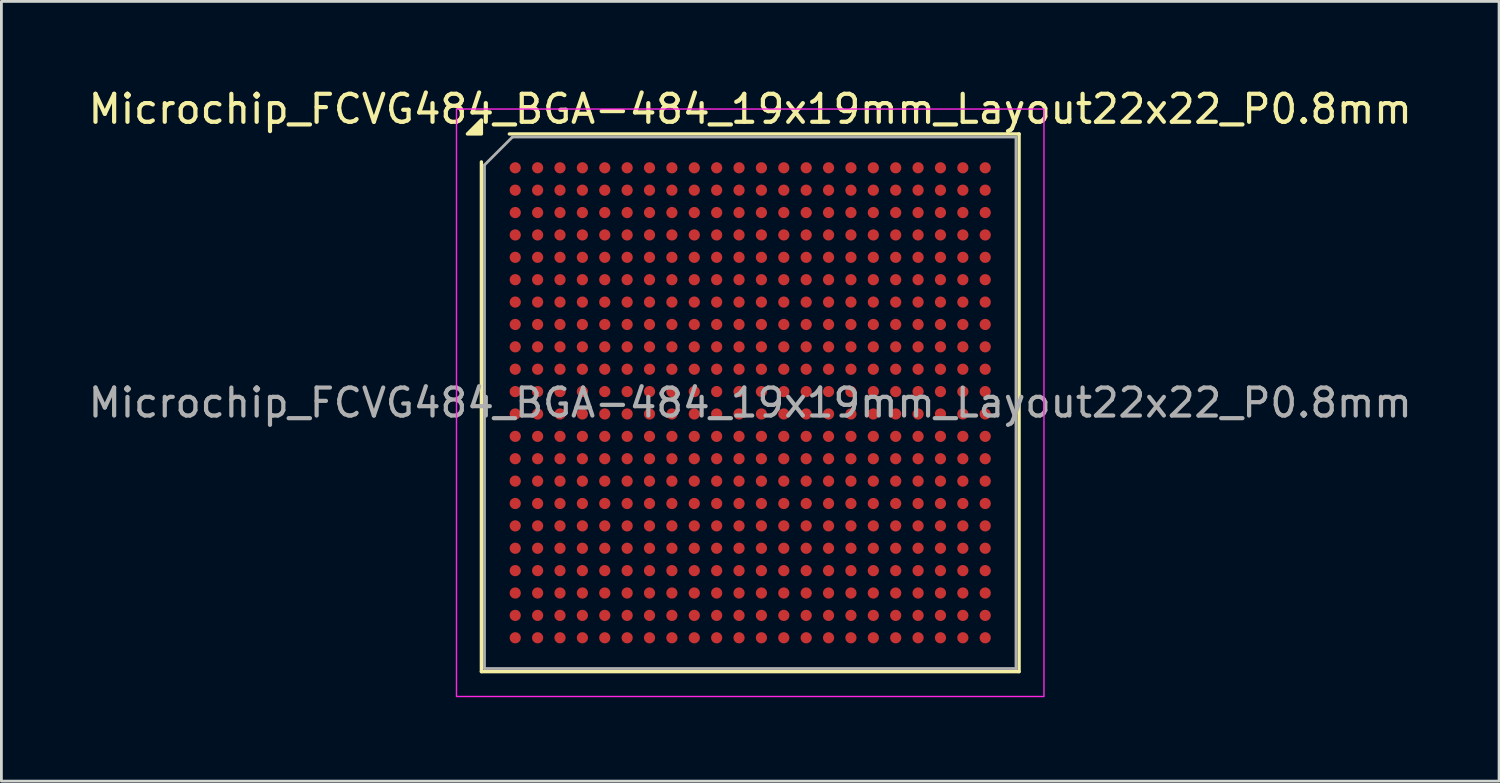
<source format=kicad_pcb>
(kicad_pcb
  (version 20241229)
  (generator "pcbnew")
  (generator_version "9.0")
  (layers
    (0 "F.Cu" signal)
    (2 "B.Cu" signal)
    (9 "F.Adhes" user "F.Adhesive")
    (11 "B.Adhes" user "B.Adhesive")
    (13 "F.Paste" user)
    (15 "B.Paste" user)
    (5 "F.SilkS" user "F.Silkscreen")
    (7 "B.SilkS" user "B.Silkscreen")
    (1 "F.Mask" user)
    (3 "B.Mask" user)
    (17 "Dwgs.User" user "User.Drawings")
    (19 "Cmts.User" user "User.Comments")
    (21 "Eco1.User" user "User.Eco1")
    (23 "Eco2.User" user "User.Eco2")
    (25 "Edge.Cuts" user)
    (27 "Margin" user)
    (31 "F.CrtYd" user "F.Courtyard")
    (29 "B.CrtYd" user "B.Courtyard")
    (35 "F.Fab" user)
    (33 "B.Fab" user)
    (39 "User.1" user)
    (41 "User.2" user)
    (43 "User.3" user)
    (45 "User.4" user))
  (footprint "Microchip_FCVG484_BGA-484_19x19mm_Layout22x22_P0.8mm"
    (layer "F.Cu")
    (at 23.768 11.348)
    (property "Reference" "Microchip_FCVG484_BGA-484_19x19mm_Layout22x22_P0.8mm" (at 0 -10.5 0) (layer "F.SilkS") (effects (font (size 1 1) (thickness 0.15))))
    (attr smd)
    (fp_line (start -9.61 9.61) (end -9.61 -8.61) (stroke (width 0.12) (type solid)) (layer "F.SilkS"))
    (fp_line (start -8.61 -9.61) (end 9.61 -9.61) (stroke (width 0.12) (type solid)) (layer "F.SilkS"))
    (fp_line (start 9.61 -9.61) (end 9.61 9.61) (stroke (width 0.12) (type solid)) (layer "F.SilkS"))
    (fp_line (start 9.61 9.61) (end -9.61 9.61) (stroke (width 0.12) (type solid)) (layer "F.SilkS"))
    (fp_poly (pts (xy -9.61 -9.61) (xy -10.11 -9.61) (xy -9.61 -10.11)) (stroke (width 0.12) (type solid)) (fill yes) (layer "F.SilkS"))
    (fp_rect (start -10.5 -10.5) (end 10.5 10.5) (stroke (width 0.05) (type solid)) (fill no) (layer "F.CrtYd"))
    (fp_line (start -9.5 -8.5) (end -8.5 -9.5) (stroke (width 0.1) (type solid)) (layer "F.Fab"))
    (fp_line (start -9.5 9.5) (end -9.5 -8.5) (stroke (width 0.1) (type solid)) (layer "F.Fab"))
    (fp_line (start -8.5 -9.5) (end 9.5 -9.5) (stroke (width 0.1) (type solid)) (layer "F.Fab"))
    (fp_line (start 9.5 -9.5) (end 9.5 9.5) (stroke (width 0.1) (type solid)) (layer "F.Fab"))
    (fp_line (start 9.5 9.5) (end -9.5 9.5) (stroke (width 0.1) (type solid)) (layer "F.Fab"))
    (fp_text user "${REFERENCE}" (at 0 0 0) (layer "F.Fab") (effects (font (size 1 1) (thickness 0.15))))
    (pad "A1" smd circle (at -8.4 -8.4) (size 0.4 0.4) (property pad_prop_bga) (layers "F.Cu" "F.Mask" "F.Paste"))
    (pad "A2" smd circle (at -7.6 -8.4) (size 0.4 0.4) (property pad_prop_bga) (layers "F.Cu" "F.Mask" "F.Paste"))
    (pad "A3" smd circle (at -6.8 -8.4) (size 0.4 0.4) (property pad_prop_bga) (layers "F.Cu" "F.Mask" "F.Paste"))
    (pad "A4" smd circle (at -6 -8.4) (size 0.4 0.4) (property pad_prop_bga) (layers "F.Cu" "F.Mask" "F.Paste"))
    (pad "A5" smd circle (at -5.2 -8.4) (size 0.4 0.4) (property pad_prop_bga) (layers "F.Cu" "F.Mask" "F.Paste"))
    (pad "A6" smd circle (at -4.4 -8.4) (size 0.4 0.4) (property pad_prop_bga) (layers "F.Cu" "F.Mask" "F.Paste"))
    (pad "A7" smd circle (at -3.6 -8.4) (size 0.4 0.4) (property pad_prop_bga) (layers "F.Cu" "F.Mask" "F.Paste"))
    (pad "A8" smd circle (at -2.8 -8.4) (size 0.4 0.4) (property pad_prop_bga) (layers "F.Cu" "F.Mask" "F.Paste"))
    (pad "A9" smd circle (at -2 -8.4) (size 0.4 0.4) (property pad_prop_bga) (layers "F.Cu" "F.Mask" "F.Paste"))
    (pad "A10" smd circle (at -1.2 -8.4) (size 0.4 0.4) (property pad_prop_bga) (layers "F.Cu" "F.Mask" "F.Paste"))
    (pad "A11" smd circle (at -0.4 -8.4) (size 0.4 0.4) (property pad_prop_bga) (layers "F.Cu" "F.Mask" "F.Paste"))
    (pad "A12" smd circle (at 0.4 -8.4) (size 0.4 0.4) (property pad_prop_bga) (layers "F.Cu" "F.Mask" "F.Paste"))
    (pad "A13" smd circle (at 1.2 -8.4) (size 0.4 0.4) (property pad_prop_bga) (layers "F.Cu" "F.Mask" "F.Paste"))
    (pad "A14" smd circle (at 2 -8.4) (size 0.4 0.4) (property pad_prop_bga) (layers "F.Cu" "F.Mask" "F.Paste"))
    (pad "A15" smd circle (at 2.8 -8.4) (size 0.4 0.4) (property pad_prop_bga) (layers "F.Cu" "F.Mask" "F.Paste"))
    (pad "A16" smd circle (at 3.6 -8.4) (size 0.4 0.4) (property pad_prop_bga) (layers "F.Cu" "F.Mask" "F.Paste"))
    (pad "A17" smd circle (at 4.4 -8.4) (size 0.4 0.4) (property pad_prop_bga) (layers "F.Cu" "F.Mask" "F.Paste"))
    (pad "A18" smd circle (at 5.2 -8.4) (size 0.4 0.4) (property pad_prop_bga) (layers "F.Cu" "F.Mask" "F.Paste"))
    (pad "A19" smd circle (at 6 -8.4) (size 0.4 0.4) (property pad_prop_bga) (layers "F.Cu" "F.Mask" "F.Paste"))
    (pad "A20" smd circle (at 6.8 -8.4) (size 0.4 0.4) (property pad_prop_bga) (layers "F.Cu" "F.Mask" "F.Paste"))
    (pad "A21" smd circle (at 7.6 -8.4) (size 0.4 0.4) (property pad_prop_bga) (layers "F.Cu" "F.Mask" "F.Paste"))
    (pad "A22" smd circle (at 8.4 -8.4) (size 0.4 0.4) (property pad_prop_bga) (layers "F.Cu" "F.Mask" "F.Paste"))
    (pad "AA1" smd circle (at -8.4 7.6) (size 0.4 0.4) (property pad_prop_bga) (layers "F.Cu" "F.Mask" "F.Paste"))
    (pad "AA2" smd circle (at -7.6 7.6) (size 0.4 0.4) (property pad_prop_bga) (layers "F.Cu" "F.Mask" "F.Paste"))
    (pad "AA3" smd circle (at -6.8 7.6) (size 0.4 0.4) (property pad_prop_bga) (layers "F.Cu" "F.Mask" "F.Paste"))
    (pad "AA4" smd circle (at -6 7.6) (size 0.4 0.4) (property pad_prop_bga) (layers "F.Cu" "F.Mask" "F.Paste"))
    (pad "AA5" smd circle (at -5.2 7.6) (size 0.4 0.4) (property pad_prop_bga) (layers "F.Cu" "F.Mask" "F.Paste"))
    (pad "AA6" smd circle (at -4.4 7.6) (size 0.4 0.4) (property pad_prop_bga) (layers "F.Cu" "F.Mask" "F.Paste"))
    (pad "AA7" smd circle (at -3.6 7.6) (size 0.4 0.4) (property pad_prop_bga) (layers "F.Cu" "F.Mask" "F.Paste"))
    (pad "AA8" smd circle (at -2.8 7.6) (size 0.4 0.4) (property pad_prop_bga) (layers "F.Cu" "F.Mask" "F.Paste"))
    (pad "AA9" smd circle (at -2 7.6) (size 0.4 0.4) (property pad_prop_bga) (layers "F.Cu" "F.Mask" "F.Paste"))
    (pad "AA10" smd circle (at -1.2 7.6) (size 0.4 0.4) (property pad_prop_bga) (layers "F.Cu" "F.Mask" "F.Paste"))
    (pad "AA11" smd circle (at -0.4 7.6) (size 0.4 0.4) (property pad_prop_bga) (layers "F.Cu" "F.Mask" "F.Paste"))
    (pad "AA12" smd circle (at 0.4 7.6) (size 0.4 0.4) (property pad_prop_bga) (layers "F.Cu" "F.Mask" "F.Paste"))
    (pad "AA13" smd circle (at 1.2 7.6) (size 0.4 0.4) (property pad_prop_bga) (layers "F.Cu" "F.Mask" "F.Paste"))
    (pad "AA14" smd circle (at 2 7.6) (size 0.4 0.4) (property pad_prop_bga) (layers "F.Cu" "F.Mask" "F.Paste"))
    (pad "AA15" smd circle (at 2.8 7.6) (size 0.4 0.4) (property pad_prop_bga) (layers "F.Cu" "F.Mask" "F.Paste"))
    (pad "AA16" smd circle (at 3.6 7.6) (size 0.4 0.4) (property pad_prop_bga) (layers "F.Cu" "F.Mask" "F.Paste"))
    (pad "AA17" smd circle (at 4.4 7.6) (size 0.4 0.4) (property pad_prop_bga) (layers "F.Cu" "F.Mask" "F.Paste"))
    (pad "AA18" smd circle (at 5.2 7.6) (size 0.4 0.4) (property pad_prop_bga) (layers "F.Cu" "F.Mask" "F.Paste"))
    (pad "AA19" smd circle (at 6 7.6) (size 0.4 0.4) (property pad_prop_bga) (layers "F.Cu" "F.Mask" "F.Paste"))
    (pad "AA20" smd circle (at 6.8 7.6) (size 0.4 0.4) (property pad_prop_bga) (layers "F.Cu" "F.Mask" "F.Paste"))
    (pad "AA21" smd circle (at 7.6 7.6) (size 0.4 0.4) (property pad_prop_bga) (layers "F.Cu" "F.Mask" "F.Paste"))
    (pad "AA22" smd circle (at 8.4 7.6) (size 0.4 0.4) (property pad_prop_bga) (layers "F.Cu" "F.Mask" "F.Paste"))
    (pad "AB1" smd circle (at -8.4 8.4) (size 0.4 0.4) (property pad_prop_bga) (layers "F.Cu" "F.Mask" "F.Paste"))
    (pad "AB2" smd circle (at -7.6 8.4) (size 0.4 0.4) (property pad_prop_bga) (layers "F.Cu" "F.Mask" "F.Paste"))
    (pad "AB3" smd circle (at -6.8 8.4) (size 0.4 0.4) (property pad_prop_bga) (layers "F.Cu" "F.Mask" "F.Paste"))
    (pad "AB4" smd circle (at -6 8.4) (size 0.4 0.4) (property pad_prop_bga) (layers "F.Cu" "F.Mask" "F.Paste"))
    (pad "AB5" smd circle (at -5.2 8.4) (size 0.4 0.4) (property pad_prop_bga) (layers "F.Cu" "F.Mask" "F.Paste"))
    (pad "AB6" smd circle (at -4.4 8.4) (size 0.4 0.4) (property pad_prop_bga) (layers "F.Cu" "F.Mask" "F.Paste"))
    (pad "AB7" smd circle (at -3.6 8.4) (size 0.4 0.4) (property pad_prop_bga) (layers "F.Cu" "F.Mask" "F.Paste"))
    (pad "AB8" smd circle (at -2.8 8.4) (size 0.4 0.4) (property pad_prop_bga) (layers "F.Cu" "F.Mask" "F.Paste"))
    (pad "AB9" smd circle (at -2 8.4) (size 0.4 0.4) (property pad_prop_bga) (layers "F.Cu" "F.Mask" "F.Paste"))
    (pad "AB10" smd circle (at -1.2 8.4) (size 0.4 0.4) (property pad_prop_bga) (layers "F.Cu" "F.Mask" "F.Paste"))
    (pad "AB11" smd circle (at -0.4 8.4) (size 0.4 0.4) (property pad_prop_bga) (layers "F.Cu" "F.Mask" "F.Paste"))
    (pad "AB12" smd circle (at 0.4 8.4) (size 0.4 0.4) (property pad_prop_bga) (layers "F.Cu" "F.Mask" "F.Paste"))
    (pad "AB13" smd circle (at 1.2 8.4) (size 0.4 0.4) (property pad_prop_bga) (layers "F.Cu" "F.Mask" "F.Paste"))
    (pad "AB14" smd circle (at 2 8.4) (size 0.4 0.4) (property pad_prop_bga) (layers "F.Cu" "F.Mask" "F.Paste"))
    (pad "AB15" smd circle (at 2.8 8.4) (size 0.4 0.4) (property pad_prop_bga) (layers "F.Cu" "F.Mask" "F.Paste"))
    (pad "AB16" smd circle (at 3.6 8.4) (size 0.4 0.4) (property pad_prop_bga) (layers "F.Cu" "F.Mask" "F.Paste"))
    (pad "AB17" smd circle (at 4.4 8.4) (size 0.4 0.4) (property pad_prop_bga) (layers "F.Cu" "F.Mask" "F.Paste"))
    (pad "AB18" smd circle (at 5.2 8.4) (size 0.4 0.4) (property pad_prop_bga) (layers "F.Cu" "F.Mask" "F.Paste"))
    (pad "AB19" smd circle (at 6 8.4) (size 0.4 0.4) (property pad_prop_bga) (layers "F.Cu" "F.Mask" "F.Paste"))
    (pad "AB20" smd circle (at 6.8 8.4) (size 0.4 0.4) (property pad_prop_bga) (layers "F.Cu" "F.Mask" "F.Paste"))
    (pad "AB21" smd circle (at 7.6 8.4) (size 0.4 0.4) (property pad_prop_bga) (layers "F.Cu" "F.Mask" "F.Paste"))
    (pad "AB22" smd circle (at 8.4 8.4) (size 0.4 0.4) (property pad_prop_bga) (layers "F.Cu" "F.Mask" "F.Paste"))
    (pad "B1" smd circle (at -8.4 -7.6) (size 0.4 0.4) (property pad_prop_bga) (layers "F.Cu" "F.Mask" "F.Paste"))
    (pad "B2" smd circle (at -7.6 -7.6) (size 0.4 0.4) (property pad_prop_bga) (layers "F.Cu" "F.Mask" "F.Paste"))
    (pad "B3" smd circle (at -6.8 -7.6) (size 0.4 0.4) (property pad_prop_bga) (layers "F.Cu" "F.Mask" "F.Paste"))
    (pad "B4" smd circle (at -6 -7.6) (size 0.4 0.4) (property pad_prop_bga) (layers "F.Cu" "F.Mask" "F.Paste"))
    (pad "B5" smd circle (at -5.2 -7.6) (size 0.4 0.4) (property pad_prop_bga) (layers "F.Cu" "F.Mask" "F.Paste"))
    (pad "B6" smd circle (at -4.4 -7.6) (size 0.4 0.4) (property pad_prop_bga) (layers "F.Cu" "F.Mask" "F.Paste"))
    (pad "B7" smd circle (at -3.6 -7.6) (size 0.4 0.4) (property pad_prop_bga) (layers "F.Cu" "F.Mask" "F.Paste"))
    (pad "B8" smd circle (at -2.8 -7.6) (size 0.4 0.4) (property pad_prop_bga) (layers "F.Cu" "F.Mask" "F.Paste"))
    (pad "B9" smd circle (at -2 -7.6) (size 0.4 0.4) (property pad_prop_bga) (layers "F.Cu" "F.Mask" "F.Paste"))
    (pad "B10" smd circle (at -1.2 -7.6) (size 0.4 0.4) (property pad_prop_bga) (layers "F.Cu" "F.Mask" "F.Paste"))
    (pad "B11" smd circle (at -0.4 -7.6) (size 0.4 0.4) (property pad_prop_bga) (layers "F.Cu" "F.Mask" "F.Paste"))
    (pad "B12" smd circle (at 0.4 -7.6) (size 0.4 0.4) (property pad_prop_bga) (layers "F.Cu" "F.Mask" "F.Paste"))
    (pad "B13" smd circle (at 1.2 -7.6) (size 0.4 0.4) (property pad_prop_bga) (layers "F.Cu" "F.Mask" "F.Paste"))
    (pad "B14" smd circle (at 2 -7.6) (size 0.4 0.4) (property pad_prop_bga) (layers "F.Cu" "F.Mask" "F.Paste"))
    (pad "B15" smd circle (at 2.8 -7.6) (size 0.4 0.4) (property pad_prop_bga) (layers "F.Cu" "F.Mask" "F.Paste"))
    (pad "B16" smd circle (at 3.6 -7.6) (size 0.4 0.4) (property pad_prop_bga) (layers "F.Cu" "F.Mask" "F.Paste"))
    (pad "B17" smd circle (at 4.4 -7.6) (size 0.4 0.4) (property pad_prop_bga) (layers "F.Cu" "F.Mask" "F.Paste"))
    (pad "B18" smd circle (at 5.2 -7.6) (size 0.4 0.4) (property pad_prop_bga) (layers "F.Cu" "F.Mask" "F.Paste"))
    (pad "B19" smd circle (at 6 -7.6) (size 0.4 0.4) (property pad_prop_bga) (layers "F.Cu" "F.Mask" "F.Paste"))
    (pad "B20" smd circle (at 6.8 -7.6) (size 0.4 0.4) (property pad_prop_bga) (layers "F.Cu" "F.Mask" "F.Paste"))
    (pad "B21" smd circle (at 7.6 -7.6) (size 0.4 0.4) (property pad_prop_bga) (layers "F.Cu" "F.Mask" "F.Paste"))
    (pad "B22" smd circle (at 8.4 -7.6) (size 0.4 0.4) (property pad_prop_bga) (layers "F.Cu" "F.Mask" "F.Paste"))
    (pad "C1" smd circle (at -8.4 -6.8) (size 0.4 0.4) (property pad_prop_bga) (layers "F.Cu" "F.Mask" "F.Paste"))
    (pad "C2" smd circle (at -7.6 -6.8) (size 0.4 0.4) (property pad_prop_bga) (layers "F.Cu" "F.Mask" "F.Paste"))
    (pad "C3" smd circle (at -6.8 -6.8) (size 0.4 0.4) (property pad_prop_bga) (layers "F.Cu" "F.Mask" "F.Paste"))
    (pad "C4" smd circle (at -6 -6.8) (size 0.4 0.4) (property pad_prop_bga) (layers "F.Cu" "F.Mask" "F.Paste"))
    (pad "C5" smd circle (at -5.2 -6.8) (size 0.4 0.4) (property pad_prop_bga) (layers "F.Cu" "F.Mask" "F.Paste"))
    (pad "C6" smd circle (at -4.4 -6.8) (size 0.4 0.4) (property pad_prop_bga) (layers "F.Cu" "F.Mask" "F.Paste"))
    (pad "C7" smd circle (at -3.6 -6.8) (size 0.4 0.4) (property pad_prop_bga) (layers "F.Cu" "F.Mask" "F.Paste"))
    (pad "C8" smd circle (at -2.8 -6.8) (size 0.4 0.4) (property pad_prop_bga) (layers "F.Cu" "F.Mask" "F.Paste"))
    (pad "C9" smd circle (at -2 -6.8) (size 0.4 0.4) (property pad_prop_bga) (layers "F.Cu" "F.Mask" "F.Paste"))
    (pad "C10" smd circle (at -1.2 -6.8) (size 0.4 0.4) (property pad_prop_bga) (layers "F.Cu" "F.Mask" "F.Paste"))
    (pad "C11" smd circle (at -0.4 -6.8) (size 0.4 0.4) (property pad_prop_bga) (layers "F.Cu" "F.Mask" "F.Paste"))
    (pad "C12" smd circle (at 0.4 -6.8) (size 0.4 0.4) (property pad_prop_bga) (layers "F.Cu" "F.Mask" "F.Paste"))
    (pad "C13" smd circle (at 1.2 -6.8) (size 0.4 0.4) (property pad_prop_bga) (layers "F.Cu" "F.Mask" "F.Paste"))
    (pad "C14" smd circle (at 2 -6.8) (size 0.4 0.4) (property pad_prop_bga) (layers "F.Cu" "F.Mask" "F.Paste"))
    (pad "C15" smd circle (at 2.8 -6.8) (size 0.4 0.4) (property pad_prop_bga) (layers "F.Cu" "F.Mask" "F.Paste"))
    (pad "C16" smd circle (at 3.6 -6.8) (size 0.4 0.4) (property pad_prop_bga) (layers "F.Cu" "F.Mask" "F.Paste"))
    (pad "C17" smd circle (at 4.4 -6.8) (size 0.4 0.4) (property pad_prop_bga) (layers "F.Cu" "F.Mask" "F.Paste"))
    (pad "C18" smd circle (at 5.2 -6.8) (size 0.4 0.4) (property pad_prop_bga) (layers "F.Cu" "F.Mask" "F.Paste"))
    (pad "C19" smd circle (at 6 -6.8) (size 0.4 0.4) (property pad_prop_bga) (layers "F.Cu" "F.Mask" "F.Paste"))
    (pad "C20" smd circle (at 6.8 -6.8) (size 0.4 0.4) (property pad_prop_bga) (layers "F.Cu" "F.Mask" "F.Paste"))
    (pad "C21" smd circle (at 7.6 -6.8) (size 0.4 0.4) (property pad_prop_bga) (layers "F.Cu" "F.Mask" "F.Paste"))
    (pad "C22" smd circle (at 8.4 -6.8) (size 0.4 0.4) (property pad_prop_bga) (layers "F.Cu" "F.Mask" "F.Paste"))
    (pad "D1" smd circle (at -8.4 -6) (size 0.4 0.4) (property pad_prop_bga) (layers "F.Cu" "F.Mask" "F.Paste"))
    (pad "D2" smd circle (at -7.6 -6) (size 0.4 0.4) (property pad_prop_bga) (layers "F.Cu" "F.Mask" "F.Paste"))
    (pad "D3" smd circle (at -6.8 -6) (size 0.4 0.4) (property pad_prop_bga) (layers "F.Cu" "F.Mask" "F.Paste"))
    (pad "D4" smd circle (at -6 -6) (size 0.4 0.4) (property pad_prop_bga) (layers "F.Cu" "F.Mask" "F.Paste"))
    (pad "D5" smd circle (at -5.2 -6) (size 0.4 0.4) (property pad_prop_bga) (layers "F.Cu" "F.Mask" "F.Paste"))
    (pad "D6" smd circle (at -4.4 -6) (size 0.4 0.4) (property pad_prop_bga) (layers "F.Cu" "F.Mask" "F.Paste"))
    (pad "D7" smd circle (at -3.6 -6) (size 0.4 0.4) (property pad_prop_bga) (layers "F.Cu" "F.Mask" "F.Paste"))
    (pad "D8" smd circle (at -2.8 -6) (size 0.4 0.4) (property pad_prop_bga) (layers "F.Cu" "F.Mask" "F.Paste"))
    (pad "D9" smd circle (at -2 -6) (size 0.4 0.4) (property pad_prop_bga) (layers "F.Cu" "F.Mask" "F.Paste"))
    (pad "D10" smd circle (at -1.2 -6) (size 0.4 0.4) (property pad_prop_bga) (layers "F.Cu" "F.Mask" "F.Paste"))
    (pad "D11" smd circle (at -0.4 -6) (size 0.4 0.4) (property pad_prop_bga) (layers "F.Cu" "F.Mask" "F.Paste"))
    (pad "D12" smd circle (at 0.4 -6) (size 0.4 0.4) (property pad_prop_bga) (layers "F.Cu" "F.Mask" "F.Paste"))
    (pad "D13" smd circle (at 1.2 -6) (size 0.4 0.4) (property pad_prop_bga) (layers "F.Cu" "F.Mask" "F.Paste"))
    (pad "D14" smd circle (at 2 -6) (size 0.4 0.4) (property pad_prop_bga) (layers "F.Cu" "F.Mask" "F.Paste"))
    (pad "D15" smd circle (at 2.8 -6) (size 0.4 0.4) (property pad_prop_bga) (layers "F.Cu" "F.Mask" "F.Paste"))
    (pad "D16" smd circle (at 3.6 -6) (size 0.4 0.4) (property pad_prop_bga) (layers "F.Cu" "F.Mask" "F.Paste"))
    (pad "D17" smd circle (at 4.4 -6) (size 0.4 0.4) (property pad_prop_bga) (layers "F.Cu" "F.Mask" "F.Paste"))
    (pad "D18" smd circle (at 5.2 -6) (size 0.4 0.4) (property pad_prop_bga) (layers "F.Cu" "F.Mask" "F.Paste"))
    (pad "D19" smd circle (at 6 -6) (size 0.4 0.4) (property pad_prop_bga) (layers "F.Cu" "F.Mask" "F.Paste"))
    (pad "D20" smd circle (at 6.8 -6) (size 0.4 0.4) (property pad_prop_bga) (layers "F.Cu" "F.Mask" "F.Paste"))
    (pad "D21" smd circle (at 7.6 -6) (size 0.4 0.4) (property pad_prop_bga) (layers "F.Cu" "F.Mask" "F.Paste"))
    (pad "D22" smd circle (at 8.4 -6) (size 0.4 0.4) (property pad_prop_bga) (layers "F.Cu" "F.Mask" "F.Paste"))
    (pad "E1" smd circle (at -8.4 -5.2) (size 0.4 0.4) (property pad_prop_bga) (layers "F.Cu" "F.Mask" "F.Paste"))
    (pad "E2" smd circle (at -7.6 -5.2) (size 0.4 0.4) (property pad_prop_bga) (layers "F.Cu" "F.Mask" "F.Paste"))
    (pad "E3" smd circle (at -6.8 -5.2) (size 0.4 0.4) (property pad_prop_bga) (layers "F.Cu" "F.Mask" "F.Paste"))
    (pad "E4" smd circle (at -6 -5.2) (size 0.4 0.4) (property pad_prop_bga) (layers "F.Cu" "F.Mask" "F.Paste"))
    (pad "E5" smd circle (at -5.2 -5.2) (size 0.4 0.4) (property pad_prop_bga) (layers "F.Cu" "F.Mask" "F.Paste"))
    (pad "E6" smd circle (at -4.4 -5.2) (size 0.4 0.4) (property pad_prop_bga) (layers "F.Cu" "F.Mask" "F.Paste"))
    (pad "E7" smd circle (at -3.6 -5.2) (size 0.4 0.4) (property pad_prop_bga) (layers "F.Cu" "F.Mask" "F.Paste"))
    (pad "E8" smd circle (at -2.8 -5.2) (size 0.4 0.4) (property pad_prop_bga) (layers "F.Cu" "F.Mask" "F.Paste"))
    (pad "E9" smd circle (at -2 -5.2) (size 0.4 0.4) (property pad_prop_bga) (layers "F.Cu" "F.Mask" "F.Paste"))
    (pad "E10" smd circle (at -1.2 -5.2) (size 0.4 0.4) (property pad_prop_bga) (layers "F.Cu" "F.Mask" "F.Paste"))
    (pad "E11" smd circle (at -0.4 -5.2) (size 0.4 0.4) (property pad_prop_bga) (layers "F.Cu" "F.Mask" "F.Paste"))
    (pad "E12" smd circle (at 0.4 -5.2) (size 0.4 0.4) (property pad_prop_bga) (layers "F.Cu" "F.Mask" "F.Paste"))
    (pad "E13" smd circle (at 1.2 -5.2) (size 0.4 0.4) (property pad_prop_bga) (layers "F.Cu" "F.Mask" "F.Paste"))
    (pad "E14" smd circle (at 2 -5.2) (size 0.4 0.4) (property pad_prop_bga) (layers "F.Cu" "F.Mask" "F.Paste"))
    (pad "E15" smd circle (at 2.8 -5.2) (size 0.4 0.4) (property pad_prop_bga) (layers "F.Cu" "F.Mask" "F.Paste"))
    (pad "E16" smd circle (at 3.6 -5.2) (size 0.4 0.4) (property pad_prop_bga) (layers "F.Cu" "F.Mask" "F.Paste"))
    (pad "E17" smd circle (at 4.4 -5.2) (size 0.4 0.4) (property pad_prop_bga) (layers "F.Cu" "F.Mask" "F.Paste"))
    (pad "E18" smd circle (at 5.2 -5.2) (size 0.4 0.4) (property pad_prop_bga) (layers "F.Cu" "F.Mask" "F.Paste"))
    (pad "E19" smd circle (at 6 -5.2) (size 0.4 0.4) (property pad_prop_bga) (layers "F.Cu" "F.Mask" "F.Paste"))
    (pad "E20" smd circle (at 6.8 -5.2) (size 0.4 0.4) (property pad_prop_bga) (layers "F.Cu" "F.Mask" "F.Paste"))
    (pad "E21" smd circle (at 7.6 -5.2) (size 0.4 0.4) (property pad_prop_bga) (layers "F.Cu" "F.Mask" "F.Paste"))
    (pad "E22" smd circle (at 8.4 -5.2) (size 0.4 0.4) (property pad_prop_bga) (layers "F.Cu" "F.Mask" "F.Paste"))
    (pad "F1" smd circle (at -8.4 -4.4) (size 0.4 0.4) (property pad_prop_bga) (layers "F.Cu" "F.Mask" "F.Paste"))
    (pad "F2" smd circle (at -7.6 -4.4) (size 0.4 0.4) (property pad_prop_bga) (layers "F.Cu" "F.Mask" "F.Paste"))
    (pad "F3" smd circle (at -6.8 -4.4) (size 0.4 0.4) (property pad_prop_bga) (layers "F.Cu" "F.Mask" "F.Paste"))
    (pad "F4" smd circle (at -6 -4.4) (size 0.4 0.4) (property pad_prop_bga) (layers "F.Cu" "F.Mask" "F.Paste"))
    (pad "F5" smd circle (at -5.2 -4.4) (size 0.4 0.4) (property pad_prop_bga) (layers "F.Cu" "F.Mask" "F.Paste"))
    (pad "F6" smd circle (at -4.4 -4.4) (size 0.4 0.4) (property pad_prop_bga) (layers "F.Cu" "F.Mask" "F.Paste"))
    (pad "F7" smd circle (at -3.6 -4.4) (size 0.4 0.4) (property pad_prop_bga) (layers "F.Cu" "F.Mask" "F.Paste"))
    (pad "F8" smd circle (at -2.8 -4.4) (size 0.4 0.4) (property pad_prop_bga) (layers "F.Cu" "F.Mask" "F.Paste"))
    (pad "F9" smd circle (at -2 -4.4) (size 0.4 0.4) (property pad_prop_bga) (layers "F.Cu" "F.Mask" "F.Paste"))
    (pad "F10" smd circle (at -1.2 -4.4) (size 0.4 0.4) (property pad_prop_bga) (layers "F.Cu" "F.Mask" "F.Paste"))
    (pad "F11" smd circle (at -0.4 -4.4) (size 0.4 0.4) (property pad_prop_bga) (layers "F.Cu" "F.Mask" "F.Paste"))
    (pad "F12" smd circle (at 0.4 -4.4) (size 0.4 0.4) (property pad_prop_bga) (layers "F.Cu" "F.Mask" "F.Paste"))
    (pad "F13" smd circle (at 1.2 -4.4) (size 0.4 0.4) (property pad_prop_bga) (layers "F.Cu" "F.Mask" "F.Paste"))
    (pad "F14" smd circle (at 2 -4.4) (size 0.4 0.4) (property pad_prop_bga) (layers "F.Cu" "F.Mask" "F.Paste"))
    (pad "F15" smd circle (at 2.8 -4.4) (size 0.4 0.4) (property pad_prop_bga) (layers "F.Cu" "F.Mask" "F.Paste"))
    (pad "F16" smd circle (at 3.6 -4.4) (size 0.4 0.4) (property pad_prop_bga) (layers "F.Cu" "F.Mask" "F.Paste"))
    (pad "F17" smd circle (at 4.4 -4.4) (size 0.4 0.4) (property pad_prop_bga) (layers "F.Cu" "F.Mask" "F.Paste"))
    (pad "F18" smd circle (at 5.2 -4.4) (size 0.4 0.4) (property pad_prop_bga) (layers "F.Cu" "F.Mask" "F.Paste"))
    (pad "F19" smd circle (at 6 -4.4) (size 0.4 0.4) (property pad_prop_bga) (layers "F.Cu" "F.Mask" "F.Paste"))
    (pad "F20" smd circle (at 6.8 -4.4) (size 0.4 0.4) (property pad_prop_bga) (layers "F.Cu" "F.Mask" "F.Paste"))
    (pad "F21" smd circle (at 7.6 -4.4) (size 0.4 0.4) (property pad_prop_bga) (layers "F.Cu" "F.Mask" "F.Paste"))
    (pad "F22" smd circle (at 8.4 -4.4) (size 0.4 0.4) (property pad_prop_bga) (layers "F.Cu" "F.Mask" "F.Paste"))
    (pad "G1" smd circle (at -8.4 -3.6) (size 0.4 0.4) (property pad_prop_bga) (layers "F.Cu" "F.Mask" "F.Paste"))
    (pad "G2" smd circle (at -7.6 -3.6) (size 0.4 0.4) (property pad_prop_bga) (layers "F.Cu" "F.Mask" "F.Paste"))
    (pad "G3" smd circle (at -6.8 -3.6) (size 0.4 0.4) (property pad_prop_bga) (layers "F.Cu" "F.Mask" "F.Paste"))
    (pad "G4" smd circle (at -6 -3.6) (size 0.4 0.4) (property pad_prop_bga) (layers "F.Cu" "F.Mask" "F.Paste"))
    (pad "G5" smd circle (at -5.2 -3.6) (size 0.4 0.4) (property pad_prop_bga) (layers "F.Cu" "F.Mask" "F.Paste"))
    (pad "G6" smd circle (at -4.4 -3.6) (size 0.4 0.4) (property pad_prop_bga) (layers "F.Cu" "F.Mask" "F.Paste"))
    (pad "G7" smd circle (at -3.6 -3.6) (size 0.4 0.4) (property pad_prop_bga) (layers "F.Cu" "F.Mask" "F.Paste"))
    (pad "G8" smd circle (at -2.8 -3.6) (size 0.4 0.4) (property pad_prop_bga) (layers "F.Cu" "F.Mask" "F.Paste"))
    (pad "G9" smd circle (at -2 -3.6) (size 0.4 0.4) (property pad_prop_bga) (layers "F.Cu" "F.Mask" "F.Paste"))
    (pad "G10" smd circle (at -1.2 -3.6) (size 0.4 0.4) (property pad_prop_bga) (layers "F.Cu" "F.Mask" "F.Paste"))
    (pad "G11" smd circle (at -0.4 -3.6) (size 0.4 0.4) (property pad_prop_bga) (layers "F.Cu" "F.Mask" "F.Paste"))
    (pad "G12" smd circle (at 0.4 -3.6) (size 0.4 0.4) (property pad_prop_bga) (layers "F.Cu" "F.Mask" "F.Paste"))
    (pad "G13" smd circle (at 1.2 -3.6) (size 0.4 0.4) (property pad_prop_bga) (layers "F.Cu" "F.Mask" "F.Paste"))
    (pad "G14" smd circle (at 2 -3.6) (size 0.4 0.4) (property pad_prop_bga) (layers "F.Cu" "F.Mask" "F.Paste"))
    (pad "G15" smd circle (at 2.8 -3.6) (size 0.4 0.4) (property pad_prop_bga) (layers "F.Cu" "F.Mask" "F.Paste"))
    (pad "G16" smd circle (at 3.6 -3.6) (size 0.4 0.4) (property pad_prop_bga) (layers "F.Cu" "F.Mask" "F.Paste"))
    (pad "G17" smd circle (at 4.4 -3.6) (size 0.4 0.4) (property pad_prop_bga) (layers "F.Cu" "F.Mask" "F.Paste"))
    (pad "G18" smd circle (at 5.2 -3.6) (size 0.4 0.4) (property pad_prop_bga) (layers "F.Cu" "F.Mask" "F.Paste"))
    (pad "G19" smd circle (at 6 -3.6) (size 0.4 0.4) (property pad_prop_bga) (layers "F.Cu" "F.Mask" "F.Paste"))
    (pad "G20" smd circle (at 6.8 -3.6) (size 0.4 0.4) (property pad_prop_bga) (layers "F.Cu" "F.Mask" "F.Paste"))
    (pad "G21" smd circle (at 7.6 -3.6) (size 0.4 0.4) (property pad_prop_bga) (layers "F.Cu" "F.Mask" "F.Paste"))
    (pad "G22" smd circle (at 8.4 -3.6) (size 0.4 0.4) (property pad_prop_bga) (layers "F.Cu" "F.Mask" "F.Paste"))
    (pad "H1" smd circle (at -8.4 -2.8) (size 0.4 0.4) (property pad_prop_bga) (layers "F.Cu" "F.Mask" "F.Paste"))
    (pad "H2" smd circle (at -7.6 -2.8) (size 0.4 0.4) (property pad_prop_bga) (layers "F.Cu" "F.Mask" "F.Paste"))
    (pad "H3" smd circle (at -6.8 -2.8) (size 0.4 0.4) (property pad_prop_bga) (layers "F.Cu" "F.Mask" "F.Paste"))
    (pad "H4" smd circle (at -6 -2.8) (size 0.4 0.4) (property pad_prop_bga) (layers "F.Cu" "F.Mask" "F.Paste"))
    (pad "H5" smd circle (at -5.2 -2.8) (size 0.4 0.4) (property pad_prop_bga) (layers "F.Cu" "F.Mask" "F.Paste"))
    (pad "H6" smd circle (at -4.4 -2.8) (size 0.4 0.4) (property pad_prop_bga) (layers "F.Cu" "F.Mask" "F.Paste"))
    (pad "H7" smd circle (at -3.6 -2.8) (size 0.4 0.4) (property pad_prop_bga) (layers "F.Cu" "F.Mask" "F.Paste"))
    (pad "H8" smd circle (at -2.8 -2.8) (size 0.4 0.4) (property pad_prop_bga) (layers "F.Cu" "F.Mask" "F.Paste"))
    (pad "H9" smd circle (at -2 -2.8) (size 0.4 0.4) (property pad_prop_bga) (layers "F.Cu" "F.Mask" "F.Paste"))
    (pad "H10" smd circle (at -1.2 -2.8) (size 0.4 0.4) (property pad_prop_bga) (layers "F.Cu" "F.Mask" "F.Paste"))
    (pad "H11" smd circle (at -0.4 -2.8) (size 0.4 0.4) (property pad_prop_bga) (layers "F.Cu" "F.Mask" "F.Paste"))
    (pad "H12" smd circle (at 0.4 -2.8) (size 0.4 0.4) (property pad_prop_bga) (layers "F.Cu" "F.Mask" "F.Paste"))
    (pad "H13" smd circle (at 1.2 -2.8) (size 0.4 0.4) (property pad_prop_bga) (layers "F.Cu" "F.Mask" "F.Paste"))
    (pad "H14" smd circle (at 2 -2.8) (size 0.4 0.4) (property pad_prop_bga) (layers "F.Cu" "F.Mask" "F.Paste"))
    (pad "H15" smd circle (at 2.8 -2.8) (size 0.4 0.4) (property pad_prop_bga) (layers "F.Cu" "F.Mask" "F.Paste"))
    (pad "H16" smd circle (at 3.6 -2.8) (size 0.4 0.4) (property pad_prop_bga) (layers "F.Cu" "F.Mask" "F.Paste"))
    (pad "H17" smd circle (at 4.4 -2.8) (size 0.4 0.4) (property pad_prop_bga) (layers "F.Cu" "F.Mask" "F.Paste"))
    (pad "H18" smd circle (at 5.2 -2.8) (size 0.4 0.4) (property pad_prop_bga) (layers "F.Cu" "F.Mask" "F.Paste"))
    (pad "H19" smd circle (at 6 -2.8) (size 0.4 0.4) (property pad_prop_bga) (layers "F.Cu" "F.Mask" "F.Paste"))
    (pad "H20" smd circle (at 6.8 -2.8) (size 0.4 0.4) (property pad_prop_bga) (layers "F.Cu" "F.Mask" "F.Paste"))
    (pad "H21" smd circle (at 7.6 -2.8) (size 0.4 0.4) (property pad_prop_bga) (layers "F.Cu" "F.Mask" "F.Paste"))
    (pad "H22" smd circle (at 8.4 -2.8) (size 0.4 0.4) (property pad_prop_bga) (layers "F.Cu" "F.Mask" "F.Paste"))
    (pad "J1" smd circle (at -8.4 -2) (size 0.4 0.4) (property pad_prop_bga) (layers "F.Cu" "F.Mask" "F.Paste"))
    (pad "J2" smd circle (at -7.6 -2) (size 0.4 0.4) (property pad_prop_bga) (layers "F.Cu" "F.Mask" "F.Paste"))
    (pad "J3" smd circle (at -6.8 -2) (size 0.4 0.4) (property pad_prop_bga) (layers "F.Cu" "F.Mask" "F.Paste"))
    (pad "J4" smd circle (at -6 -2) (size 0.4 0.4) (property pad_prop_bga) (layers "F.Cu" "F.Mask" "F.Paste"))
    (pad "J5" smd circle (at -5.2 -2) (size 0.4 0.4) (property pad_prop_bga) (layers "F.Cu" "F.Mask" "F.Paste"))
    (pad "J6" smd circle (at -4.4 -2) (size 0.4 0.4) (property pad_prop_bga) (layers "F.Cu" "F.Mask" "F.Paste"))
    (pad "J7" smd circle (at -3.6 -2) (size 0.4 0.4) (property pad_prop_bga) (layers "F.Cu" "F.Mask" "F.Paste"))
    (pad "J8" smd circle (at -2.8 -2) (size 0.4 0.4) (property pad_prop_bga) (layers "F.Cu" "F.Mask" "F.Paste"))
    (pad "J9" smd circle (at -2 -2) (size 0.4 0.4) (property pad_prop_bga) (layers "F.Cu" "F.Mask" "F.Paste"))
    (pad "J10" smd circle (at -1.2 -2) (size 0.4 0.4) (property pad_prop_bga) (layers "F.Cu" "F.Mask" "F.Paste"))
    (pad "J11" smd circle (at -0.4 -2) (size 0.4 0.4) (property pad_prop_bga) (layers "F.Cu" "F.Mask" "F.Paste"))
    (pad "J12" smd circle (at 0.4 -2) (size 0.4 0.4) (property pad_prop_bga) (layers "F.Cu" "F.Mask" "F.Paste"))
    (pad "J13" smd circle (at 1.2 -2) (size 0.4 0.4) (property pad_prop_bga) (layers "F.Cu" "F.Mask" "F.Paste"))
    (pad "J14" smd circle (at 2 -2) (size 0.4 0.4) (property pad_prop_bga) (layers "F.Cu" "F.Mask" "F.Paste"))
    (pad "J15" smd circle (at 2.8 -2) (size 0.4 0.4) (property pad_prop_bga) (layers "F.Cu" "F.Mask" "F.Paste"))
    (pad "J16" smd circle (at 3.6 -2) (size 0.4 0.4) (property pad_prop_bga) (layers "F.Cu" "F.Mask" "F.Paste"))
    (pad "J17" smd circle (at 4.4 -2) (size 0.4 0.4) (property pad_prop_bga) (layers "F.Cu" "F.Mask" "F.Paste"))
    (pad "J18" smd circle (at 5.2 -2) (size 0.4 0.4) (property pad_prop_bga) (layers "F.Cu" "F.Mask" "F.Paste"))
    (pad "J19" smd circle (at 6 -2) (size 0.4 0.4) (property pad_prop_bga) (layers "F.Cu" "F.Mask" "F.Paste"))
    (pad "J20" smd circle (at 6.8 -2) (size 0.4 0.4) (property pad_prop_bga) (layers "F.Cu" "F.Mask" "F.Paste"))
    (pad "J21" smd circle (at 7.6 -2) (size 0.4 0.4) (property pad_prop_bga) (layers "F.Cu" "F.Mask" "F.Paste"))
    (pad "J22" smd circle (at 8.4 -2) (size 0.4 0.4) (property pad_prop_bga) (layers "F.Cu" "F.Mask" "F.Paste"))
    (pad "K1" smd circle (at -8.4 -1.2) (size 0.4 0.4) (property pad_prop_bga) (layers "F.Cu" "F.Mask" "F.Paste"))
    (pad "K2" smd circle (at -7.6 -1.2) (size 0.4 0.4) (property pad_prop_bga) (layers "F.Cu" "F.Mask" "F.Paste"))
    (pad "K3" smd circle (at -6.8 -1.2) (size 0.4 0.4) (property pad_prop_bga) (layers "F.Cu" "F.Mask" "F.Paste"))
    (pad "K4" smd circle (at -6 -1.2) (size 0.4 0.4) (property pad_prop_bga) (layers "F.Cu" "F.Mask" "F.Paste"))
    (pad "K5" smd circle (at -5.2 -1.2) (size 0.4 0.4) (property pad_prop_bga) (layers "F.Cu" "F.Mask" "F.Paste"))
    (pad "K6" smd circle (at -4.4 -1.2) (size 0.4 0.4) (property pad_prop_bga) (layers "F.Cu" "F.Mask" "F.Paste"))
    (pad "K7" smd circle (at -3.6 -1.2) (size 0.4 0.4) (property pad_prop_bga) (layers "F.Cu" "F.Mask" "F.Paste"))
    (pad "K8" smd circle (at -2.8 -1.2) (size 0.4 0.4) (property pad_prop_bga) (layers "F.Cu" "F.Mask" "F.Paste"))
    (pad "K9" smd circle (at -2 -1.2) (size 0.4 0.4) (property pad_prop_bga) (layers "F.Cu" "F.Mask" "F.Paste"))
    (pad "K10" smd circle (at -1.2 -1.2) (size 0.4 0.4) (property pad_prop_bga) (layers "F.Cu" "F.Mask" "F.Paste"))
    (pad "K11" smd circle (at -0.4 -1.2) (size 0.4 0.4) (property pad_prop_bga) (layers "F.Cu" "F.Mask" "F.Paste"))
    (pad "K12" smd circle (at 0.4 -1.2) (size 0.4 0.4) (property pad_prop_bga) (layers "F.Cu" "F.Mask" "F.Paste"))
    (pad "K13" smd circle (at 1.2 -1.2) (size 0.4 0.4) (property pad_prop_bga) (layers "F.Cu" "F.Mask" "F.Paste"))
    (pad "K14" smd circle (at 2 -1.2) (size 0.4 0.4) (property pad_prop_bga) (layers "F.Cu" "F.Mask" "F.Paste"))
    (pad "K15" smd circle (at 2.8 -1.2) (size 0.4 0.4) (property pad_prop_bga) (layers "F.Cu" "F.Mask" "F.Paste"))
    (pad "K16" smd circle (at 3.6 -1.2) (size 0.4 0.4) (property pad_prop_bga) (layers "F.Cu" "F.Mask" "F.Paste"))
    (pad "K17" smd circle (at 4.4 -1.2) (size 0.4 0.4) (property pad_prop_bga) (layers "F.Cu" "F.Mask" "F.Paste"))
    (pad "K18" smd circle (at 5.2 -1.2) (size 0.4 0.4) (property pad_prop_bga) (layers "F.Cu" "F.Mask" "F.Paste"))
    (pad "K19" smd circle (at 6 -1.2) (size 0.4 0.4) (property pad_prop_bga) (layers "F.Cu" "F.Mask" "F.Paste"))
    (pad "K20" smd circle (at 6.8 -1.2) (size 0.4 0.4) (property pad_prop_bga) (layers "F.Cu" "F.Mask" "F.Paste"))
    (pad "K21" smd circle (at 7.6 -1.2) (size 0.4 0.4) (property pad_prop_bga) (layers "F.Cu" "F.Mask" "F.Paste"))
    (pad "K22" smd circle (at 8.4 -1.2) (size 0.4 0.4) (property pad_prop_bga) (layers "F.Cu" "F.Mask" "F.Paste"))
    (pad "L1" smd circle (at -8.4 -0.4) (size 0.4 0.4) (property pad_prop_bga) (layers "F.Cu" "F.Mask" "F.Paste"))
    (pad "L2" smd circle (at -7.6 -0.4) (size 0.4 0.4) (property pad_prop_bga) (layers "F.Cu" "F.Mask" "F.Paste"))
    (pad "L3" smd circle (at -6.8 -0.4) (size 0.4 0.4) (property pad_prop_bga) (layers "F.Cu" "F.Mask" "F.Paste"))
    (pad "L4" smd circle (at -6 -0.4) (size 0.4 0.4) (property pad_prop_bga) (layers "F.Cu" "F.Mask" "F.Paste"))
    (pad "L5" smd circle (at -5.2 -0.4) (size 0.4 0.4) (property pad_prop_bga) (layers "F.Cu" "F.Mask" "F.Paste"))
    (pad "L6" smd circle (at -4.4 -0.4) (size 0.4 0.4) (property pad_prop_bga) (layers "F.Cu" "F.Mask" "F.Paste"))
    (pad "L7" smd circle (at -3.6 -0.4) (size 0.4 0.4) (property pad_prop_bga) (layers "F.Cu" "F.Mask" "F.Paste"))
    (pad "L8" smd circle (at -2.8 -0.4) (size 0.4 0.4) (property pad_prop_bga) (layers "F.Cu" "F.Mask" "F.Paste"))
    (pad "L9" smd circle (at -2 -0.4) (size 0.4 0.4) (property pad_prop_bga) (layers "F.Cu" "F.Mask" "F.Paste"))
    (pad "L10" smd circle (at -1.2 -0.4) (size 0.4 0.4) (property pad_prop_bga) (layers "F.Cu" "F.Mask" "F.Paste"))
    (pad "L11" smd circle (at -0.4 -0.4) (size 0.4 0.4) (property pad_prop_bga) (layers "F.Cu" "F.Mask" "F.Paste"))
    (pad "L12" smd circle (at 0.4 -0.4) (size 0.4 0.4) (property pad_prop_bga) (layers "F.Cu" "F.Mask" "F.Paste"))
    (pad "L13" smd circle (at 1.2 -0.4) (size 0.4 0.4) (property pad_prop_bga) (layers "F.Cu" "F.Mask" "F.Paste"))
    (pad "L14" smd circle (at 2 -0.4) (size 0.4 0.4) (property pad_prop_bga) (layers "F.Cu" "F.Mask" "F.Paste"))
    (pad "L15" smd circle (at 2.8 -0.4) (size 0.4 0.4) (property pad_prop_bga) (layers "F.Cu" "F.Mask" "F.Paste"))
    (pad "L16" smd circle (at 3.6 -0.4) (size 0.4 0.4) (property pad_prop_bga) (layers "F.Cu" "F.Mask" "F.Paste"))
    (pad "L17" smd circle (at 4.4 -0.4) (size 0.4 0.4) (property pad_prop_bga) (layers "F.Cu" "F.Mask" "F.Paste"))
    (pad "L18" smd circle (at 5.2 -0.4) (size 0.4 0.4) (property pad_prop_bga) (layers "F.Cu" "F.Mask" "F.Paste"))
    (pad "L19" smd circle (at 6 -0.4) (size 0.4 0.4) (property pad_prop_bga) (layers "F.Cu" "F.Mask" "F.Paste"))
    (pad "L20" smd circle (at 6.8 -0.4) (size 0.4 0.4) (property pad_prop_bga) (layers "F.Cu" "F.Mask" "F.Paste"))
    (pad "L21" smd circle (at 7.6 -0.4) (size 0.4 0.4) (property pad_prop_bga) (layers "F.Cu" "F.Mask" "F.Paste"))
    (pad "L22" smd circle (at 8.4 -0.4) (size 0.4 0.4) (property pad_prop_bga) (layers "F.Cu" "F.Mask" "F.Paste"))
    (pad "M1" smd circle (at -8.4 0.4) (size 0.4 0.4) (property pad_prop_bga) (layers "F.Cu" "F.Mask" "F.Paste"))
    (pad "M2" smd circle (at -7.6 0.4) (size 0.4 0.4) (property pad_prop_bga) (layers "F.Cu" "F.Mask" "F.Paste"))
    (pad "M3" smd circle (at -6.8 0.4) (size 0.4 0.4) (property pad_prop_bga) (layers "F.Cu" "F.Mask" "F.Paste"))
    (pad "M4" smd circle (at -6 0.4) (size 0.4 0.4) (property pad_prop_bga) (layers "F.Cu" "F.Mask" "F.Paste"))
    (pad "M5" smd circle (at -5.2 0.4) (size 0.4 0.4) (property pad_prop_bga) (layers "F.Cu" "F.Mask" "F.Paste"))
    (pad "M6" smd circle (at -4.4 0.4) (size 0.4 0.4) (property pad_prop_bga) (layers "F.Cu" "F.Mask" "F.Paste"))
    (pad "M7" smd circle (at -3.6 0.4) (size 0.4 0.4) (property pad_prop_bga) (layers "F.Cu" "F.Mask" "F.Paste"))
    (pad "M8" smd circle (at -2.8 0.4) (size 0.4 0.4) (property pad_prop_bga) (layers "F.Cu" "F.Mask" "F.Paste"))
    (pad "M9" smd circle (at -2 0.4) (size 0.4 0.4) (property pad_prop_bga) (layers "F.Cu" "F.Mask" "F.Paste"))
    (pad "M10" smd circle (at -1.2 0.4) (size 0.4 0.4) (property pad_prop_bga) (layers "F.Cu" "F.Mask" "F.Paste"))
    (pad "M11" smd circle (at -0.4 0.4) (size 0.4 0.4) (property pad_prop_bga) (layers "F.Cu" "F.Mask" "F.Paste"))
    (pad "M12" smd circle (at 0.4 0.4) (size 0.4 0.4) (property pad_prop_bga) (layers "F.Cu" "F.Mask" "F.Paste"))
    (pad "M13" smd circle (at 1.2 0.4) (size 0.4 0.4) (property pad_prop_bga) (layers "F.Cu" "F.Mask" "F.Paste"))
    (pad "M14" smd circle (at 2 0.4) (size 0.4 0.4) (property pad_prop_bga) (layers "F.Cu" "F.Mask" "F.Paste"))
    (pad "M15" smd circle (at 2.8 0.4) (size 0.4 0.4) (property pad_prop_bga) (layers "F.Cu" "F.Mask" "F.Paste"))
    (pad "M16" smd circle (at 3.6 0.4) (size 0.4 0.4) (property pad_prop_bga) (layers "F.Cu" "F.Mask" "F.Paste"))
    (pad "M17" smd circle (at 4.4 0.4) (size 0.4 0.4) (property pad_prop_bga) (layers "F.Cu" "F.Mask" "F.Paste"))
    (pad "M18" smd circle (at 5.2 0.4) (size 0.4 0.4) (property pad_prop_bga) (layers "F.Cu" "F.Mask" "F.Paste"))
    (pad "M19" smd circle (at 6 0.4) (size 0.4 0.4) (property pad_prop_bga) (layers "F.Cu" "F.Mask" "F.Paste"))
    (pad "M20" smd circle (at 6.8 0.4) (size 0.4 0.4) (property pad_prop_bga) (layers "F.Cu" "F.Mask" "F.Paste"))
    (pad "M21" smd circle (at 7.6 0.4) (size 0.4 0.4) (property pad_prop_bga) (layers "F.Cu" "F.Mask" "F.Paste"))
    (pad "M22" smd circle (at 8.4 0.4) (size 0.4 0.4) (property pad_prop_bga) (layers "F.Cu" "F.Mask" "F.Paste"))
    (pad "N1" smd circle (at -8.4 1.2) (size 0.4 0.4) (property pad_prop_bga) (layers "F.Cu" "F.Mask" "F.Paste"))
    (pad "N2" smd circle (at -7.6 1.2) (size 0.4 0.4) (property pad_prop_bga) (layers "F.Cu" "F.Mask" "F.Paste"))
    (pad "N3" smd circle (at -6.8 1.2) (size 0.4 0.4) (property pad_prop_bga) (layers "F.Cu" "F.Mask" "F.Paste"))
    (pad "N4" smd circle (at -6 1.2) (size 0.4 0.4) (property pad_prop_bga) (layers "F.Cu" "F.Mask" "F.Paste"))
    (pad "N5" smd circle (at -5.2 1.2) (size 0.4 0.4) (property pad_prop_bga) (layers "F.Cu" "F.Mask" "F.Paste"))
    (pad "N6" smd circle (at -4.4 1.2) (size 0.4 0.4) (property pad_prop_bga) (layers "F.Cu" "F.Mask" "F.Paste"))
    (pad "N7" smd circle (at -3.6 1.2) (size 0.4 0.4) (property pad_prop_bga) (layers "F.Cu" "F.Mask" "F.Paste"))
    (pad "N8" smd circle (at -2.8 1.2) (size 0.4 0.4) (property pad_prop_bga) (layers "F.Cu" "F.Mask" "F.Paste"))
    (pad "N9" smd circle (at -2 1.2) (size 0.4 0.4) (property pad_prop_bga) (layers "F.Cu" "F.Mask" "F.Paste"))
    (pad "N10" smd circle (at -1.2 1.2) (size 0.4 0.4) (property pad_prop_bga) (layers "F.Cu" "F.Mask" "F.Paste"))
    (pad "N11" smd circle (at -0.4 1.2) (size 0.4 0.4) (property pad_prop_bga) (layers "F.Cu" "F.Mask" "F.Paste"))
    (pad "N12" smd circle (at 0.4 1.2) (size 0.4 0.4) (property pad_prop_bga) (layers "F.Cu" "F.Mask" "F.Paste"))
    (pad "N13" smd circle (at 1.2 1.2) (size 0.4 0.4) (property pad_prop_bga) (layers "F.Cu" "F.Mask" "F.Paste"))
    (pad "N14" smd circle (at 2 1.2) (size 0.4 0.4) (property pad_prop_bga) (layers "F.Cu" "F.Mask" "F.Paste"))
    (pad "N15" smd circle (at 2.8 1.2) (size 0.4 0.4) (property pad_prop_bga) (layers "F.Cu" "F.Mask" "F.Paste"))
    (pad "N16" smd circle (at 3.6 1.2) (size 0.4 0.4) (property pad_prop_bga) (layers "F.Cu" "F.Mask" "F.Paste"))
    (pad "N17" smd circle (at 4.4 1.2) (size 0.4 0.4) (property pad_prop_bga) (layers "F.Cu" "F.Mask" "F.Paste"))
    (pad "N18" smd circle (at 5.2 1.2) (size 0.4 0.4) (property pad_prop_bga) (layers "F.Cu" "F.Mask" "F.Paste"))
    (pad "N19" smd circle (at 6 1.2) (size 0.4 0.4) (property pad_prop_bga) (layers "F.Cu" "F.Mask" "F.Paste"))
    (pad "N20" smd circle (at 6.8 1.2) (size 0.4 0.4) (property pad_prop_bga) (layers "F.Cu" "F.Mask" "F.Paste"))
    (pad "N21" smd circle (at 7.6 1.2) (size 0.4 0.4) (property pad_prop_bga) (layers "F.Cu" "F.Mask" "F.Paste"))
    (pad "N22" smd circle (at 8.4 1.2) (size 0.4 0.4) (property pad_prop_bga) (layers "F.Cu" "F.Mask" "F.Paste"))
    (pad "P1" smd circle (at -8.4 2) (size 0.4 0.4) (property pad_prop_bga) (layers "F.Cu" "F.Mask" "F.Paste"))
    (pad "P2" smd circle (at -7.6 2) (size 0.4 0.4) (property pad_prop_bga) (layers "F.Cu" "F.Mask" "F.Paste"))
    (pad "P3" smd circle (at -6.8 2) (size 0.4 0.4) (property pad_prop_bga) (layers "F.Cu" "F.Mask" "F.Paste"))
    (pad "P4" smd circle (at -6 2) (size 0.4 0.4) (property pad_prop_bga) (layers "F.Cu" "F.Mask" "F.Paste"))
    (pad "P5" smd circle (at -5.2 2) (size 0.4 0.4) (property pad_prop_bga) (layers "F.Cu" "F.Mask" "F.Paste"))
    (pad "P6" smd circle (at -4.4 2) (size 0.4 0.4) (property pad_prop_bga) (layers "F.Cu" "F.Mask" "F.Paste"))
    (pad "P7" smd circle (at -3.6 2) (size 0.4 0.4) (property pad_prop_bga) (layers "F.Cu" "F.Mask" "F.Paste"))
    (pad "P8" smd circle (at -2.8 2) (size 0.4 0.4) (property pad_prop_bga) (layers "F.Cu" "F.Mask" "F.Paste"))
    (pad "P9" smd circle (at -2 2) (size 0.4 0.4) (property pad_prop_bga) (layers "F.Cu" "F.Mask" "F.Paste"))
    (pad "P10" smd circle (at -1.2 2) (size 0.4 0.4) (property pad_prop_bga) (layers "F.Cu" "F.Mask" "F.Paste"))
    (pad "P11" smd circle (at -0.4 2) (size 0.4 0.4) (property pad_prop_bga) (layers "F.Cu" "F.Mask" "F.Paste"))
    (pad "P12" smd circle (at 0.4 2) (size 0.4 0.4) (property pad_prop_bga) (layers "F.Cu" "F.Mask" "F.Paste"))
    (pad "P13" smd circle (at 1.2 2) (size 0.4 0.4) (property pad_prop_bga) (layers "F.Cu" "F.Mask" "F.Paste"))
    (pad "P14" smd circle (at 2 2) (size 0.4 0.4) (property pad_prop_bga) (layers "F.Cu" "F.Mask" "F.Paste"))
    (pad "P15" smd circle (at 2.8 2) (size 0.4 0.4) (property pad_prop_bga) (layers "F.Cu" "F.Mask" "F.Paste"))
    (pad "P16" smd circle (at 3.6 2) (size 0.4 0.4) (property pad_prop_bga) (layers "F.Cu" "F.Mask" "F.Paste"))
    (pad "P17" smd circle (at 4.4 2) (size 0.4 0.4) (property pad_prop_bga) (layers "F.Cu" "F.Mask" "F.Paste"))
    (pad "P18" smd circle (at 5.2 2) (size 0.4 0.4) (property pad_prop_bga) (layers "F.Cu" "F.Mask" "F.Paste"))
    (pad "P19" smd circle (at 6 2) (size 0.4 0.4) (property pad_prop_bga) (layers "F.Cu" "F.Mask" "F.Paste"))
    (pad "P20" smd circle (at 6.8 2) (size 0.4 0.4) (property pad_prop_bga) (layers "F.Cu" "F.Mask" "F.Paste"))
    (pad "P21" smd circle (at 7.6 2) (size 0.4 0.4) (property pad_prop_bga) (layers "F.Cu" "F.Mask" "F.Paste"))
    (pad "P22" smd circle (at 8.4 2) (size 0.4 0.4) (property pad_prop_bga) (layers "F.Cu" "F.Mask" "F.Paste"))
    (pad "R1" smd circle (at -8.4 2.8) (size 0.4 0.4) (property pad_prop_bga) (layers "F.Cu" "F.Mask" "F.Paste"))
    (pad "R2" smd circle (at -7.6 2.8) (size 0.4 0.4) (property pad_prop_bga) (layers "F.Cu" "F.Mask" "F.Paste"))
    (pad "R3" smd circle (at -6.8 2.8) (size 0.4 0.4) (property pad_prop_bga) (layers "F.Cu" "F.Mask" "F.Paste"))
    (pad "R4" smd circle (at -6 2.8) (size 0.4 0.4) (property pad_prop_bga) (layers "F.Cu" "F.Mask" "F.Paste"))
    (pad "R5" smd circle (at -5.2 2.8) (size 0.4 0.4) (property pad_prop_bga) (layers "F.Cu" "F.Mask" "F.Paste"))
    (pad "R6" smd circle (at -4.4 2.8) (size 0.4 0.4) (property pad_prop_bga) (layers "F.Cu" "F.Mask" "F.Paste"))
    (pad "R7" smd circle (at -3.6 2.8) (size 0.4 0.4) (property pad_prop_bga) (layers "F.Cu" "F.Mask" "F.Paste"))
    (pad "R8" smd circle (at -2.8 2.8) (size 0.4 0.4) (property pad_prop_bga) (layers "F.Cu" "F.Mask" "F.Paste"))
    (pad "R9" smd circle (at -2 2.8) (size 0.4 0.4) (property pad_prop_bga) (layers "F.Cu" "F.Mask" "F.Paste"))
    (pad "R10" smd circle (at -1.2 2.8) (size 0.4 0.4) (property pad_prop_bga) (layers "F.Cu" "F.Mask" "F.Paste"))
    (pad "R11" smd circle (at -0.4 2.8) (size 0.4 0.4) (property pad_prop_bga) (layers "F.Cu" "F.Mask" "F.Paste"))
    (pad "R12" smd circle (at 0.4 2.8) (size 0.4 0.4) (property pad_prop_bga) (layers "F.Cu" "F.Mask" "F.Paste"))
    (pad "R13" smd circle (at 1.2 2.8) (size 0.4 0.4) (property pad_prop_bga) (layers "F.Cu" "F.Mask" "F.Paste"))
    (pad "R14" smd circle (at 2 2.8) (size 0.4 0.4) (property pad_prop_bga) (layers "F.Cu" "F.Mask" "F.Paste"))
    (pad "R15" smd circle (at 2.8 2.8) (size 0.4 0.4) (property pad_prop_bga) (layers "F.Cu" "F.Mask" "F.Paste"))
    (pad "R16" smd circle (at 3.6 2.8) (size 0.4 0.4) (property pad_prop_bga) (layers "F.Cu" "F.Mask" "F.Paste"))
    (pad "R17" smd circle (at 4.4 2.8) (size 0.4 0.4) (property pad_prop_bga) (layers "F.Cu" "F.Mask" "F.Paste"))
    (pad "R18" smd circle (at 5.2 2.8) (size 0.4 0.4) (property pad_prop_bga) (layers "F.Cu" "F.Mask" "F.Paste"))
    (pad "R19" smd circle (at 6 2.8) (size 0.4 0.4) (property pad_prop_bga) (layers "F.Cu" "F.Mask" "F.Paste"))
    (pad "R20" smd circle (at 6.8 2.8) (size 0.4 0.4) (property pad_prop_bga) (layers "F.Cu" "F.Mask" "F.Paste"))
    (pad "R21" smd circle (at 7.6 2.8) (size 0.4 0.4) (property pad_prop_bga) (layers "F.Cu" "F.Mask" "F.Paste"))
    (pad "R22" smd circle (at 8.4 2.8) (size 0.4 0.4) (property pad_prop_bga) (layers "F.Cu" "F.Mask" "F.Paste"))
    (pad "T1" smd circle (at -8.4 3.6) (size 0.4 0.4) (property pad_prop_bga) (layers "F.Cu" "F.Mask" "F.Paste"))
    (pad "T2" smd circle (at -7.6 3.6) (size 0.4 0.4) (property pad_prop_bga) (layers "F.Cu" "F.Mask" "F.Paste"))
    (pad "T3" smd circle (at -6.8 3.6) (size 0.4 0.4) (property pad_prop_bga) (layers "F.Cu" "F.Mask" "F.Paste"))
    (pad "T4" smd circle (at -6 3.6) (size 0.4 0.4) (property pad_prop_bga) (layers "F.Cu" "F.Mask" "F.Paste"))
    (pad "T5" smd circle (at -5.2 3.6) (size 0.4 0.4) (property pad_prop_bga) (layers "F.Cu" "F.Mask" "F.Paste"))
    (pad "T6" smd circle (at -4.4 3.6) (size 0.4 0.4) (property pad_prop_bga) (layers "F.Cu" "F.Mask" "F.Paste"))
    (pad "T7" smd circle (at -3.6 3.6) (size 0.4 0.4) (property pad_prop_bga) (layers "F.Cu" "F.Mask" "F.Paste"))
    (pad "T8" smd circle (at -2.8 3.6) (size 0.4 0.4) (property pad_prop_bga) (layers "F.Cu" "F.Mask" "F.Paste"))
    (pad "T9" smd circle (at -2 3.6) (size 0.4 0.4) (property pad_prop_bga) (layers "F.Cu" "F.Mask" "F.Paste"))
    (pad "T10" smd circle (at -1.2 3.6) (size 0.4 0.4) (property pad_prop_bga) (layers "F.Cu" "F.Mask" "F.Paste"))
    (pad "T11" smd circle (at -0.4 3.6) (size 0.4 0.4) (property pad_prop_bga) (layers "F.Cu" "F.Mask" "F.Paste"))
    (pad "T12" smd circle (at 0.4 3.6) (size 0.4 0.4) (property pad_prop_bga) (layers "F.Cu" "F.Mask" "F.Paste"))
    (pad "T13" smd circle (at 1.2 3.6) (size 0.4 0.4) (property pad_prop_bga) (layers "F.Cu" "F.Mask" "F.Paste"))
    (pad "T14" smd circle (at 2 3.6) (size 0.4 0.4) (property pad_prop_bga) (layers "F.Cu" "F.Mask" "F.Paste"))
    (pad "T15" smd circle (at 2.8 3.6) (size 0.4 0.4) (property pad_prop_bga) (layers "F.Cu" "F.Mask" "F.Paste"))
    (pad "T16" smd circle (at 3.6 3.6) (size 0.4 0.4) (property pad_prop_bga) (layers "F.Cu" "F.Mask" "F.Paste"))
    (pad "T17" smd circle (at 4.4 3.6) (size 0.4 0.4) (property pad_prop_bga) (layers "F.Cu" "F.Mask" "F.Paste"))
    (pad "T18" smd circle (at 5.2 3.6) (size 0.4 0.4) (property pad_prop_bga) (layers "F.Cu" "F.Mask" "F.Paste"))
    (pad "T19" smd circle (at 6 3.6) (size 0.4 0.4) (property pad_prop_bga) (layers "F.Cu" "F.Mask" "F.Paste"))
    (pad "T20" smd circle (at 6.8 3.6) (size 0.4 0.4) (property pad_prop_bga) (layers "F.Cu" "F.Mask" "F.Paste"))
    (pad "T21" smd circle (at 7.6 3.6) (size 0.4 0.4) (property pad_prop_bga) (layers "F.Cu" "F.Mask" "F.Paste"))
    (pad "T22" smd circle (at 8.4 3.6) (size 0.4 0.4) (property pad_prop_bga) (layers "F.Cu" "F.Mask" "F.Paste"))
    (pad "U1" smd circle (at -8.4 4.4) (size 0.4 0.4) (property pad_prop_bga) (layers "F.Cu" "F.Mask" "F.Paste"))
    (pad "U2" smd circle (at -7.6 4.4) (size 0.4 0.4) (property pad_prop_bga) (layers "F.Cu" "F.Mask" "F.Paste"))
    (pad "U3" smd circle (at -6.8 4.4) (size 0.4 0.4) (property pad_prop_bga) (layers "F.Cu" "F.Mask" "F.Paste"))
    (pad "U4" smd circle (at -6 4.4) (size 0.4 0.4) (property pad_prop_bga) (layers "F.Cu" "F.Mask" "F.Paste"))
    (pad "U5" smd circle (at -5.2 4.4) (size 0.4 0.4) (property pad_prop_bga) (layers "F.Cu" "F.Mask" "F.Paste"))
    (pad "U6" smd circle (at -4.4 4.4) (size 0.4 0.4) (property pad_prop_bga) (layers "F.Cu" "F.Mask" "F.Paste"))
    (pad "U7" smd circle (at -3.6 4.4) (size 0.4 0.4) (property pad_prop_bga) (layers "F.Cu" "F.Mask" "F.Paste"))
    (pad "U8" smd circle (at -2.8 4.4) (size 0.4 0.4) (property pad_prop_bga) (layers "F.Cu" "F.Mask" "F.Paste"))
    (pad "U9" smd circle (at -2 4.4) (size 0.4 0.4) (property pad_prop_bga) (layers "F.Cu" "F.Mask" "F.Paste"))
    (pad "U10" smd circle (at -1.2 4.4) (size 0.4 0.4) (property pad_prop_bga) (layers "F.Cu" "F.Mask" "F.Paste"))
    (pad "U11" smd circle (at -0.4 4.4) (size 0.4 0.4) (property pad_prop_bga) (layers "F.Cu" "F.Mask" "F.Paste"))
    (pad "U12" smd circle (at 0.4 4.4) (size 0.4 0.4) (property pad_prop_bga) (layers "F.Cu" "F.Mask" "F.Paste"))
    (pad "U13" smd circle (at 1.2 4.4) (size 0.4 0.4) (property pad_prop_bga) (layers "F.Cu" "F.Mask" "F.Paste"))
    (pad "U14" smd circle (at 2 4.4) (size 0.4 0.4) (property pad_prop_bga) (layers "F.Cu" "F.Mask" "F.Paste"))
    (pad "U15" smd circle (at 2.8 4.4) (size 0.4 0.4) (property pad_prop_bga) (layers "F.Cu" "F.Mask" "F.Paste"))
    (pad "U16" smd circle (at 3.6 4.4) (size 0.4 0.4) (property pad_prop_bga) (layers "F.Cu" "F.Mask" "F.Paste"))
    (pad "U17" smd circle (at 4.4 4.4) (size 0.4 0.4) (property pad_prop_bga) (layers "F.Cu" "F.Mask" "F.Paste"))
    (pad "U18" smd circle (at 5.2 4.4) (size 0.4 0.4) (property pad_prop_bga) (layers "F.Cu" "F.Mask" "F.Paste"))
    (pad "U19" smd circle (at 6 4.4) (size 0.4 0.4) (property pad_prop_bga) (layers "F.Cu" "F.Mask" "F.Paste"))
    (pad "U20" smd circle (at 6.8 4.4) (size 0.4 0.4) (property pad_prop_bga) (layers "F.Cu" "F.Mask" "F.Paste"))
    (pad "U21" smd circle (at 7.6 4.4) (size 0.4 0.4) (property pad_prop_bga) (layers "F.Cu" "F.Mask" "F.Paste"))
    (pad "U22" smd circle (at 8.4 4.4) (size 0.4 0.4) (property pad_prop_bga) (layers "F.Cu" "F.Mask" "F.Paste"))
    (pad "V1" smd circle (at -8.4 5.2) (size 0.4 0.4) (property pad_prop_bga) (layers "F.Cu" "F.Mask" "F.Paste"))
    (pad "V2" smd circle (at -7.6 5.2) (size 0.4 0.4) (property pad_prop_bga) (layers "F.Cu" "F.Mask" "F.Paste"))
    (pad "V3" smd circle (at -6.8 5.2) (size 0.4 0.4) (property pad_prop_bga) (layers "F.Cu" "F.Mask" "F.Paste"))
    (pad "V4" smd circle (at -6 5.2) (size 0.4 0.4) (property pad_prop_bga) (layers "F.Cu" "F.Mask" "F.Paste"))
    (pad "V5" smd circle (at -5.2 5.2) (size 0.4 0.4) (property pad_prop_bga) (layers "F.Cu" "F.Mask" "F.Paste"))
    (pad "V6" smd circle (at -4.4 5.2) (size 0.4 0.4) (property pad_prop_bga) (layers "F.Cu" "F.Mask" "F.Paste"))
    (pad "V7" smd circle (at -3.6 5.2) (size 0.4 0.4) (property pad_prop_bga) (layers "F.Cu" "F.Mask" "F.Paste"))
    (pad "V8" smd circle (at -2.8 5.2) (size 0.4 0.4) (property pad_prop_bga) (layers "F.Cu" "F.Mask" "F.Paste"))
    (pad "V9" smd circle (at -2 5.2) (size 0.4 0.4) (property pad_prop_bga) (layers "F.Cu" "F.Mask" "F.Paste"))
    (pad "V10" smd circle (at -1.2 5.2) (size 0.4 0.4) (property pad_prop_bga) (layers "F.Cu" "F.Mask" "F.Paste"))
    (pad "V11" smd circle (at -0.4 5.2) (size 0.4 0.4) (property pad_prop_bga) (layers "F.Cu" "F.Mask" "F.Paste"))
    (pad "V12" smd circle (at 0.4 5.2) (size 0.4 0.4) (property pad_prop_bga) (layers "F.Cu" "F.Mask" "F.Paste"))
    (pad "V13" smd circle (at 1.2 5.2) (size 0.4 0.4) (property pad_prop_bga) (layers "F.Cu" "F.Mask" "F.Paste"))
    (pad "V14" smd circle (at 2 5.2) (size 0.4 0.4) (property pad_prop_bga) (layers "F.Cu" "F.Mask" "F.Paste"))
    (pad "V15" smd circle (at 2.8 5.2) (size 0.4 0.4) (property pad_prop_bga) (layers "F.Cu" "F.Mask" "F.Paste"))
    (pad "V16" smd circle (at 3.6 5.2) (size 0.4 0.4) (property pad_prop_bga) (layers "F.Cu" "F.Mask" "F.Paste"))
    (pad "V17" smd circle (at 4.4 5.2) (size 0.4 0.4) (property pad_prop_bga) (layers "F.Cu" "F.Mask" "F.Paste"))
    (pad "V18" smd circle (at 5.2 5.2) (size 0.4 0.4) (property pad_prop_bga) (layers "F.Cu" "F.Mask" "F.Paste"))
    (pad "V19" smd circle (at 6 5.2) (size 0.4 0.4) (property pad_prop_bga) (layers "F.Cu" "F.Mask" "F.Paste"))
    (pad "V20" smd circle (at 6.8 5.2) (size 0.4 0.4) (property pad_prop_bga) (layers "F.Cu" "F.Mask" "F.Paste"))
    (pad "V21" smd circle (at 7.6 5.2) (size 0.4 0.4) (property pad_prop_bga) (layers "F.Cu" "F.Mask" "F.Paste"))
    (pad "V22" smd circle (at 8.4 5.2) (size 0.4 0.4) (property pad_prop_bga) (layers "F.Cu" "F.Mask" "F.Paste"))
    (pad "W1" smd circle (at -8.4 6) (size 0.4 0.4) (property pad_prop_bga) (layers "F.Cu" "F.Mask" "F.Paste"))
    (pad "W2" smd circle (at -7.6 6) (size 0.4 0.4) (property pad_prop_bga) (layers "F.Cu" "F.Mask" "F.Paste"))
    (pad "W3" smd circle (at -6.8 6) (size 0.4 0.4) (property pad_prop_bga) (layers "F.Cu" "F.Mask" "F.Paste"))
    (pad "W4" smd circle (at -6 6) (size 0.4 0.4) (property pad_prop_bga) (layers "F.Cu" "F.Mask" "F.Paste"))
    (pad "W5" smd circle (at -5.2 6) (size 0.4 0.4) (property pad_prop_bga) (layers "F.Cu" "F.Mask" "F.Paste"))
    (pad "W6" smd circle (at -4.4 6) (size 0.4 0.4) (property pad_prop_bga) (layers "F.Cu" "F.Mask" "F.Paste"))
    (pad "W7" smd circle (at -3.6 6) (size 0.4 0.4) (property pad_prop_bga) (layers "F.Cu" "F.Mask" "F.Paste"))
    (pad "W8" smd circle (at -2.8 6) (size 0.4 0.4) (property pad_prop_bga) (layers "F.Cu" "F.Mask" "F.Paste"))
    (pad "W9" smd circle (at -2 6) (size 0.4 0.4) (property pad_prop_bga) (layers "F.Cu" "F.Mask" "F.Paste"))
    (pad "W10" smd circle (at -1.2 6) (size 0.4 0.4) (property pad_prop_bga) (layers "F.Cu" "F.Mask" "F.Paste"))
    (pad "W11" smd circle (at -0.4 6) (size 0.4 0.4) (property pad_prop_bga) (layers "F.Cu" "F.Mask" "F.Paste"))
    (pad "W12" smd circle (at 0.4 6) (size 0.4 0.4) (property pad_prop_bga) (layers "F.Cu" "F.Mask" "F.Paste"))
    (pad "W13" smd circle (at 1.2 6) (size 0.4 0.4) (property pad_prop_bga) (layers "F.Cu" "F.Mask" "F.Paste"))
    (pad "W14" smd circle (at 2 6) (size 0.4 0.4) (property pad_prop_bga) (layers "F.Cu" "F.Mask" "F.Paste"))
    (pad "W15" smd circle (at 2.8 6) (size 0.4 0.4) (property pad_prop_bga) (layers "F.Cu" "F.Mask" "F.Paste"))
    (pad "W16" smd circle (at 3.6 6) (size 0.4 0.4) (property pad_prop_bga) (layers "F.Cu" "F.Mask" "F.Paste"))
    (pad "W17" smd circle (at 4.4 6) (size 0.4 0.4) (property pad_prop_bga) (layers "F.Cu" "F.Mask" "F.Paste"))
    (pad "W18" smd circle (at 5.2 6) (size 0.4 0.4) (property pad_prop_bga) (layers "F.Cu" "F.Mask" "F.Paste"))
    (pad "W19" smd circle (at 6 6) (size 0.4 0.4) (property pad_prop_bga) (layers "F.Cu" "F.Mask" "F.Paste"))
    (pad "W20" smd circle (at 6.8 6) (size 0.4 0.4) (property pad_prop_bga) (layers "F.Cu" "F.Mask" "F.Paste"))
    (pad "W21" smd circle (at 7.6 6) (size 0.4 0.4) (property pad_prop_bga) (layers "F.Cu" "F.Mask" "F.Paste"))
    (pad "W22" smd circle (at 8.4 6) (size 0.4 0.4) (property pad_prop_bga) (layers "F.Cu" "F.Mask" "F.Paste"))
    (pad "Y1" smd circle (at -8.4 6.8) (size 0.4 0.4) (property pad_prop_bga) (layers "F.Cu" "F.Mask" "F.Paste"))
    (pad "Y2" smd circle (at -7.6 6.8) (size 0.4 0.4) (property pad_prop_bga) (layers "F.Cu" "F.Mask" "F.Paste"))
    (pad "Y3" smd circle (at -6.8 6.8) (size 0.4 0.4) (property pad_prop_bga) (layers "F.Cu" "F.Mask" "F.Paste"))
    (pad "Y4" smd circle (at -6 6.8) (size 0.4 0.4) (property pad_prop_bga) (layers "F.Cu" "F.Mask" "F.Paste"))
    (pad "Y5" smd circle (at -5.2 6.8) (size 0.4 0.4) (property pad_prop_bga) (layers "F.Cu" "F.Mask" "F.Paste"))
    (pad "Y6" smd circle (at -4.4 6.8) (size 0.4 0.4) (property pad_prop_bga) (layers "F.Cu" "F.Mask" "F.Paste"))
    (pad "Y7" smd circle (at -3.6 6.8) (size 0.4 0.4) (property pad_prop_bga) (layers "F.Cu" "F.Mask" "F.Paste"))
    (pad "Y8" smd circle (at -2.8 6.8) (size 0.4 0.4) (property pad_prop_bga) (layers "F.Cu" "F.Mask" "F.Paste"))
    (pad "Y9" smd circle (at -2 6.8) (size 0.4 0.4) (property pad_prop_bga) (layers "F.Cu" "F.Mask" "F.Paste"))
    (pad "Y10" smd circle (at -1.2 6.8) (size 0.4 0.4) (property pad_prop_bga) (layers "F.Cu" "F.Mask" "F.Paste"))
    (pad "Y11" smd circle (at -0.4 6.8) (size 0.4 0.4) (property pad_prop_bga) (layers "F.Cu" "F.Mask" "F.Paste"))
    (pad "Y12" smd circle (at 0.4 6.8) (size 0.4 0.4) (property pad_prop_bga) (layers "F.Cu" "F.Mask" "F.Paste"))
    (pad "Y13" smd circle (at 1.2 6.8) (size 0.4 0.4) (property pad_prop_bga) (layers "F.Cu" "F.Mask" "F.Paste"))
    (pad "Y14" smd circle (at 2 6.8) (size 0.4 0.4) (property pad_prop_bga) (layers "F.Cu" "F.Mask" "F.Paste"))
    (pad "Y15" smd circle (at 2.8 6.8) (size 0.4 0.4) (property pad_prop_bga) (layers "F.Cu" "F.Mask" "F.Paste"))
    (pad "Y16" smd circle (at 3.6 6.8) (size 0.4 0.4) (property pad_prop_bga) (layers "F.Cu" "F.Mask" "F.Paste"))
    (pad "Y17" smd circle (at 4.4 6.8) (size 0.4 0.4) (property pad_prop_bga) (layers "F.Cu" "F.Mask" "F.Paste"))
    (pad "Y18" smd circle (at 5.2 6.8) (size 0.4 0.4) (property pad_prop_bga) (layers "F.Cu" "F.Mask" "F.Paste"))
    (pad "Y19" smd circle (at 6 6.8) (size 0.4 0.4) (property pad_prop_bga) (layers "F.Cu" "F.Mask" "F.Paste"))
    (pad "Y20" smd circle (at 6.8 6.8) (size 0.4 0.4) (property pad_prop_bga) (layers "F.Cu" "F.Mask" "F.Paste"))
    (pad "Y21" smd circle (at 7.6 6.8) (size 0.4 0.4) (property pad_prop_bga) (layers "F.Cu" "F.Mask" "F.Paste"))
    (pad "Y22" smd circle (at 8.4 6.8) (size 0.4 0.4) (property pad_prop_bga) (layers "F.Cu" "F.Mask" "F.Paste")))
  (gr_rect
    (start -3 -3)
    (end 50.536 24.873)
    (stroke (width 0.1) (type default))
    (fill no)
    (layer "Edge.Cuts")))
</source>
